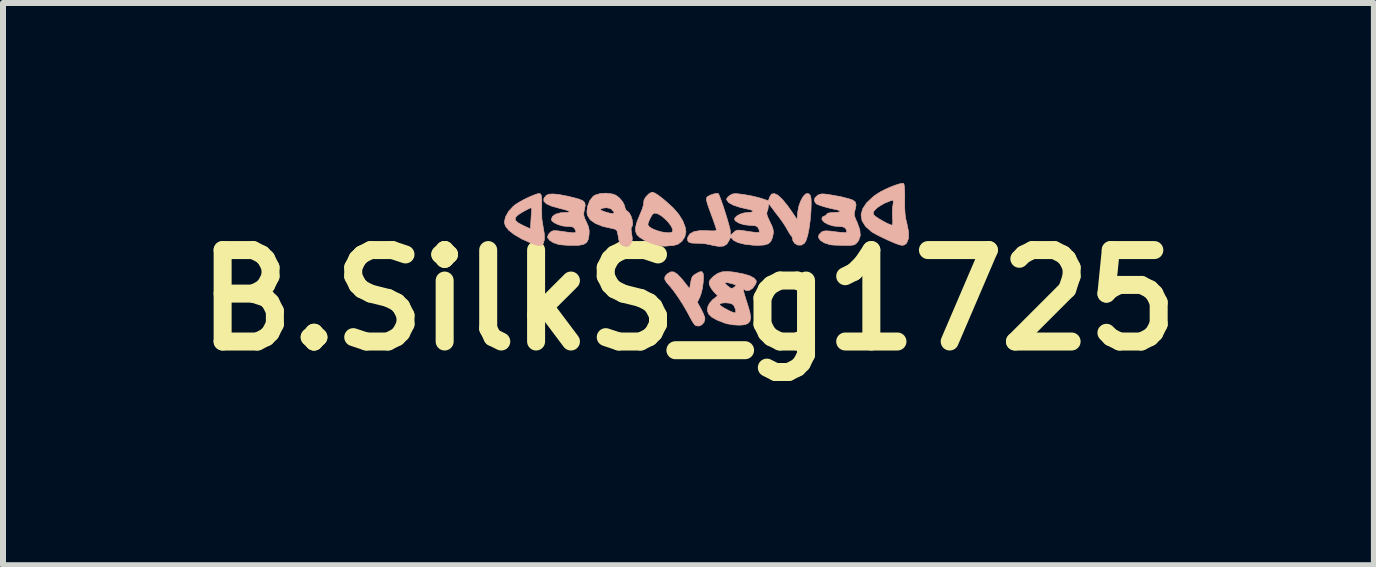
<source format=kicad_pcb>
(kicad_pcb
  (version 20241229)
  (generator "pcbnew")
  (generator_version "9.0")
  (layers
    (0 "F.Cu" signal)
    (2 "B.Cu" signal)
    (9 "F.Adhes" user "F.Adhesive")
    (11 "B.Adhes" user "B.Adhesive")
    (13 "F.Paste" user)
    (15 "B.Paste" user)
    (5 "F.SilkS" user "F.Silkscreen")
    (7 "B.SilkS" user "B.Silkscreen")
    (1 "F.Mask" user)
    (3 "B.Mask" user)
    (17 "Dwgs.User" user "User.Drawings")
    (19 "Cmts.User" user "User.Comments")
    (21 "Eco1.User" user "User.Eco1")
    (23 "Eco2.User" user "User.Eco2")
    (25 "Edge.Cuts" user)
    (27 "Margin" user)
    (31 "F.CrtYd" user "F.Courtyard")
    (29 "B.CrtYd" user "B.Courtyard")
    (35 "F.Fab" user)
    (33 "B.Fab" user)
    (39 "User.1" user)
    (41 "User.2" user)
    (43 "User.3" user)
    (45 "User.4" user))
  (footprint "B.SilkS_g1725"
    (layer "F.Cu")
    (at 8.426 1.953)
    (property "Reference" "B.SilkS_g1725" (at 0 0 0) (layer "F.SilkS") (effects (font (size 1.524 1.524) (thickness 0.3))))
    (attr through_hole)
    (fp_poly (pts (xy 0.245 -0.444) (xy 0.251 -0.379) (xy 0.246 -0.3) (xy 0.233 -0.201) (xy 0.211 -0.11) (xy 0.19 -0.052) (xy 0.148 0.035) (xy 0.211 0.15) (xy 0.245 0.218) (xy 0.268 0.277) (xy 0.275 0.308) (xy 0.26 0.367) (xy 0.222 0.411) (xy 0.173 0.432) (xy 0.124 0.426) (xy 0.101 0.408) (xy 0.07 0.364) (xy 0.036 0.305) (xy 0.032 0.296) (xy -0.027 0.186) (xy -0.096 0.069) (xy -0.169 -0.045) (xy -0.239 -0.144) (xy -0.298 -0.219) (xy -0.311 -0.233) (xy -0.369 -0.3) (xy -0.396 -0.35) (xy -0.392 -0.391) (xy -0.359 -0.432) (xy -0.347 -0.442) (xy -0.298 -0.471) (xy -0.248 -0.471) (xy -0.192 -0.438) (xy -0.125 -0.37) (xy -0.08 -0.316) (xy 0.019 -0.19) (xy 0.032 -0.269) (xy 0.046 -0.341) (xy 0.061 -0.385) (xy 0.086 -0.414) (xy 0.128 -0.442) (xy 0.129 -0.443) (xy 0.187 -0.472) (xy 0.225 -0.474) (xy 0.245 -0.444)) (stroke (width 0.01) (type solid)) (fill yes) (layer "B.SilkS"))
    (fp_poly (pts (xy -2.465 -1.769) (xy -2.452 -1.74) (xy -2.446 -1.683) (xy -2.446 -1.594) (xy -2.448 -1.525) (xy -2.444 -1.355) (xy -2.421 -1.212) (xy -2.402 -1.099) (xy -2.402 -1.006) (xy -2.423 -0.94) (xy -2.451 -0.912) (xy -2.494 -0.907) (xy -2.564 -0.925) (xy -2.604 -0.941) (xy -2.77 -1.016) (xy -2.901 -1.091) (xy -2.996 -1.165) (xy -3.052 -1.237) (xy -3.069 -1.297) (xy -3.055 -1.362) (xy -2.889 -1.362) (xy -2.881 -1.326) (xy -2.839 -1.289) (xy -2.761 -1.246) (xy -2.742 -1.238) (xy -2.635 -1.188) (xy -2.624 -1.361) (xy -2.619 -1.442) (xy -2.615 -1.503) (xy -2.614 -1.536) (xy -2.614 -1.539) (xy -2.633 -1.537) (xy -2.676 -1.517) (xy -2.732 -1.488) (xy -2.791 -1.454) (xy -2.839 -1.422) (xy -2.866 -1.4) (xy -2.889 -1.362) (xy -3.055 -1.362) (xy -3.05 -1.386) (xy -2.999 -1.478) (xy -2.923 -1.562) (xy -2.887 -1.592) (xy -2.822 -1.633) (xy -2.741 -1.678) (xy -2.655 -1.719) (xy -2.574 -1.753) (xy -2.511 -1.774) (xy -2.486 -1.778) (xy -2.465 -1.769)) (stroke (width 0.01) (type solid)) (fill yes) (layer "B.SilkS"))
    (fp_poly (pts (xy -1.271 -1.77) (xy -1.211 -1.749) (xy -1.15 -1.703) (xy -1.097 -1.639) (xy -1.064 -1.573) (xy -1.058 -1.539) (xy -1.042 -1.501) (xy -1.026 -1.489) (xy -0.99 -1.458) (xy -0.959 -1.404) (xy -0.938 -1.339) (xy -0.93 -1.277) (xy -0.938 -1.231) (xy -0.95 -1.219) (xy -0.956 -1.193) (xy -0.953 -1.141) (xy -0.947 -1.102) (xy -0.936 -1.031) (xy -0.941 -0.983) (xy -0.961 -0.942) (xy -0.996 -0.902) (xy -1.036 -0.893) (xy -1.092 -0.91) (xy -1.125 -0.928) (xy -1.147 -0.958) (xy -1.162 -1.011) (xy -1.175 -1.085) (xy -1.187 -1.144) (xy -1.205 -1.174) (xy -1.241 -1.188) (xy -1.267 -1.193) (xy -1.427 -1.229) (xy -1.551 -1.278) (xy -1.637 -1.339) (xy -1.684 -1.413) (xy -1.693 -1.469) (xy -1.689 -1.505) (xy -1.466 -1.505) (xy -1.431 -1.486) (xy -1.379 -1.468) (xy -1.299 -1.446) (xy -1.254 -1.442) (xy -1.24 -1.456) (xy -1.248 -1.48) (xy -1.295 -1.526) (xy -1.367 -1.541) (xy -1.42 -1.534) (xy -1.462 -1.521) (xy -1.466 -1.505) (xy -1.689 -1.505) (xy -1.68 -1.569) (xy -1.644 -1.66) (xy -1.591 -1.728) (xy -1.559 -1.75) (xy -1.474 -1.776) (xy -1.371 -1.783) (xy -1.271 -1.77)) (stroke (width 0.01) (type solid)) (fill yes) (layer "B.SilkS"))
    (fp_poly (pts (xy 3.588 -1.944) (xy 3.596 -1.915) (xy 3.602 -1.851) (xy 3.605 -1.76) (xy 3.604 -1.676) (xy 3.604 -1.545) (xy 3.61 -1.441) (xy 3.623 -1.351) (xy 3.642 -1.273) (xy 3.669 -1.137) (xy 3.668 -1.031) (xy 3.639 -0.956) (xy 3.626 -0.941) (xy 3.6 -0.921) (xy 3.569 -0.914) (xy 3.524 -0.92) (xy 3.46 -0.942) (xy 3.368 -0.981) (xy 3.32 -1.002) (xy 3.228 -1.046) (xy 3.143 -1.088) (xy 3.078 -1.124) (xy 3.052 -1.14) (xy 2.952 -1.229) (xy 2.894 -1.322) (xy 2.877 -1.419) (xy 2.884 -1.447) (xy 3.079 -1.447) (xy 3.087 -1.424) (xy 3.114 -1.398) (xy 3.168 -1.361) (xy 3.235 -1.321) (xy 3.304 -1.284) (xy 3.362 -1.258) (xy 3.395 -1.249) (xy 3.403 -1.268) (xy 3.405 -1.316) (xy 3.402 -1.36) (xy 3.398 -1.449) (xy 3.402 -1.541) (xy 3.406 -1.572) (xy 3.415 -1.632) (xy 3.412 -1.66) (xy 3.396 -1.664) (xy 3.378 -1.66) (xy 3.261 -1.613) (xy 3.16 -1.551) (xy 3.126 -1.522) (xy 3.087 -1.479) (xy 3.079 -1.447) (xy 2.884 -1.447) (xy 2.902 -1.519) (xy 2.968 -1.62) (xy 3.076 -1.722) (xy 3.133 -1.764) (xy 3.199 -1.805) (xy 3.281 -1.847) (xy 3.369 -1.886) (xy 3.452 -1.918) (xy 3.524 -1.94) (xy 3.572 -1.948) (xy 3.588 -1.944)) (stroke (width 0.01) (type solid)) (fill yes) (layer "B.SilkS"))
    (fp_poly (pts (xy -0.559 -1.784) (xy -0.494 -1.742) (xy -0.41 -1.676) (xy -0.313 -1.591) (xy -0.249 -1.531) (xy -0.162 -1.43) (xy -0.094 -1.32) (xy -0.053 -1.212) (xy -0.042 -1.137) (xy -0.061 -1.055) (xy -0.109 -0.983) (xy -0.177 -0.931) (xy -0.254 -0.91) (xy -0.257 -0.91) (xy -0.32 -0.907) (xy -0.37 -0.901) (xy -0.415 -0.9) (xy -0.481 -0.91) (xy -0.519 -0.918) (xy -0.63 -0.952) (xy -0.731 -0.996) (xy -0.811 -1.045) (xy -0.86 -1.092) (xy -0.861 -1.093) (xy -0.882 -1.148) (xy -0.881 -1.218) (xy -0.87 -1.259) (xy -0.677 -1.259) (xy -0.658 -1.226) (xy -0.608 -1.193) (xy -0.537 -1.163) (xy -0.457 -1.139) (xy -0.378 -1.125) (xy -0.312 -1.123) (xy -0.27 -1.136) (xy -0.265 -1.143) (xy -0.263 -1.182) (xy -0.29 -1.236) (xy -0.335 -1.298) (xy -0.394 -1.358) (xy -0.456 -1.409) (xy -0.517 -1.442) (xy -0.532 -1.447) (xy -0.57 -1.45) (xy -0.597 -1.434) (xy -0.626 -1.388) (xy -0.633 -1.375) (xy -0.66 -1.317) (xy -0.676 -1.27) (xy -0.677 -1.259) (xy -0.87 -1.259) (xy -0.857 -1.309) (xy -0.808 -1.428) (xy -0.803 -1.44) (xy -0.771 -1.517) (xy -0.751 -1.583) (xy -0.746 -1.625) (xy -0.746 -1.628) (xy -0.74 -1.672) (xy -0.708 -1.724) (xy -0.662 -1.771) (xy -0.615 -1.797) (xy -0.601 -1.799) (xy -0.559 -1.784)) (stroke (width 0.01) (type solid)) (fill yes) (layer "B.SilkS"))
    (fp_poly (pts (xy -2.162 -1.761) (xy -2.03 -1.736) (xy -1.928 -1.712) (xy -1.828 -1.685) (xy -1.764 -1.659) (xy -1.73 -1.627) (xy -1.721 -1.585) (xy -1.731 -1.525) (xy -1.733 -1.514) (xy -1.746 -1.454) (xy -1.744 -1.408) (xy -1.727 -1.356) (xy -1.702 -1.306) (xy -1.668 -1.226) (xy -1.655 -1.158) (xy -1.657 -1.091) (xy -1.67 -1.014) (xy -1.698 -0.961) (xy -1.747 -0.93) (xy -1.824 -0.915) (xy -1.934 -0.912) (xy -2.025 -0.915) (xy -2.108 -0.921) (xy -2.168 -0.929) (xy -2.174 -0.931) (xy -2.253 -0.958) (xy -2.313 -0.997) (xy -2.346 -1.038) (xy -2.349 -1.054) (xy -2.334 -1.095) (xy -2.304 -1.13) (xy -2.277 -1.149) (xy -2.245 -1.158) (xy -2.197 -1.157) (xy -2.121 -1.148) (xy -2.102 -1.145) (xy -1.999 -1.13) (xy -1.931 -1.123) (xy -1.892 -1.124) (xy -1.877 -1.134) (xy -1.879 -1.154) (xy -1.888 -1.175) (xy -1.908 -1.207) (xy -1.94 -1.223) (xy -1.998 -1.228) (xy -2.015 -1.228) (xy -2.093 -1.236) (xy -2.171 -1.258) (xy -2.236 -1.289) (xy -2.277 -1.323) (xy -2.286 -1.346) (xy -2.266 -1.396) (xy -2.213 -1.434) (xy -2.132 -1.456) (xy -2.075 -1.46) (xy -2.008 -1.463) (xy -1.983 -1.472) (xy -2 -1.487) (xy -2.057 -1.507) (xy -2.157 -1.532) (xy -2.159 -1.533) (xy -2.284 -1.568) (xy -2.368 -1.606) (xy -2.41 -1.648) (xy -2.411 -1.694) (xy -2.373 -1.744) (xy -2.372 -1.745) (xy -2.33 -1.765) (xy -2.261 -1.77) (xy -2.162 -1.761)) (stroke (width 0.01) (type solid)) (fill yes) (layer "B.SilkS"))
    (fp_poly (pts (xy 2.279 -1.768) (xy 2.356 -1.757) (xy 2.533 -1.726) (xy 2.671 -1.691) (xy 2.736 -1.669) (xy 2.779 -1.638) (xy 2.794 -1.589) (xy 2.78 -1.514) (xy 2.772 -1.488) (xy 2.763 -1.448) (xy 2.767 -1.405) (xy 2.788 -1.347) (xy 2.813 -1.293) (xy 2.856 -1.175) (xy 2.864 -1.076) (xy 2.836 -0.994) (xy 2.809 -0.958) (xy 2.783 -0.934) (xy 2.752 -0.92) (xy 2.704 -0.914) (xy 2.63 -0.912) (xy 2.584 -0.913) (xy 2.495 -0.915) (xy 2.419 -0.918) (xy 2.369 -0.923) (xy 2.36 -0.924) (xy 2.264 -0.955) (xy 2.199 -0.996) (xy 2.168 -1.042) (xy 2.174 -1.09) (xy 2.218 -1.135) (xy 2.224 -1.139) (xy 2.255 -1.151) (xy 2.301 -1.155) (xy 2.372 -1.15) (xy 2.446 -1.14) (xy 2.528 -1.13) (xy 2.594 -1.125) (xy 2.632 -1.126) (xy 2.637 -1.127) (xy 2.638 -1.153) (xy 2.626 -1.184) (xy 2.602 -1.211) (xy 2.563 -1.224) (xy 2.495 -1.228) (xy 2.411 -1.237) (xy 2.331 -1.262) (xy 2.267 -1.296) (xy 2.229 -1.336) (xy 2.223 -1.359) (xy 2.237 -1.391) (xy 2.255 -1.397) (xy 2.29 -1.414) (xy 2.3 -1.429) (xy 2.323 -1.449) (xy 2.376 -1.459) (xy 2.427 -1.46) (xy 2.494 -1.465) (xy 2.526 -1.476) (xy 2.521 -1.491) (xy 2.475 -1.506) (xy 2.461 -1.509) (xy 2.36 -1.531) (xy 2.265 -1.556) (xy 2.187 -1.581) (xy 2.137 -1.602) (xy 2.128 -1.608) (xy 2.098 -1.654) (xy 2.108 -1.704) (xy 2.15 -1.745) (xy 2.184 -1.763) (xy 2.223 -1.771) (xy 2.279 -1.768)) (stroke (width 0.01) (type solid)) (fill yes) (layer "B.SilkS"))
    (fp_poly (pts (xy 0.751 -0.468) (xy 0.903 -0.44) (xy 1.014 -0.409) (xy 1.086 -0.372) (xy 1.102 -0.358) (xy 1.129 -0.325) (xy 1.129 -0.293) (xy 1.113 -0.258) (xy 1.07 -0.199) (xy 1.017 -0.164) (xy 0.966 -0.158) (xy 0.941 -0.17) (xy 0.919 -0.185) (xy 0.915 -0.17) (xy 0.922 -0.136) (xy 0.936 -0.085) (xy 0.959 -0.01) (xy 0.986 0.073) (xy 0.987 0.076) (xy 1.023 0.199) (xy 1.036 0.29) (xy 1.024 0.353) (xy 0.985 0.393) (xy 0.917 0.412) (xy 0.843 0.417) (xy 0.742 0.411) (xy 0.641 0.393) (xy 0.602 0.381) (xy 0.476 0.332) (xy 0.388 0.283) (xy 0.336 0.232) (xy 0.315 0.174) (xy 0.322 0.112) (xy 0.34 0.074) (xy 0.519 0.074) (xy 0.536 0.093) (xy 0.58 0.123) (xy 0.639 0.156) (xy 0.699 0.186) (xy 0.75 0.206) (xy 0.774 0.212) (xy 0.789 0.202) (xy 0.786 0.166) (xy 0.778 0.138) (xy 0.753 0.084) (xy 0.714 0.058) (xy 0.687 0.051) (xy 0.616 0.044) (xy 0.557 0.049) (xy 0.523 0.064) (xy 0.519 0.074) (xy 0.34 0.074) (xy 0.35 0.054) (xy 0.398 -0.003) (xy 0.413 -0.015) (xy 0.486 -0.073) (xy 0.424 -0.137) (xy 0.381 -0.193) (xy 0.351 -0.25) (xy 0.348 -0.26) (xy 0.347 -0.278) (xy 0.61 -0.278) (xy 0.644 -0.244) (xy 0.646 -0.243) (xy 0.691 -0.207) (xy 0.72 -0.195) (xy 0.745 -0.204) (xy 0.769 -0.221) (xy 0.791 -0.241) (xy 0.784 -0.255) (xy 0.743 -0.269) (xy 0.727 -0.274) (xy 0.65 -0.292) (xy 0.612 -0.293) (xy 0.61 -0.278) (xy 0.347 -0.278) (xy 0.344 -0.301) (xy 0.361 -0.339) (xy 0.405 -0.386) (xy 0.409 -0.39) (xy 0.481 -0.443) (xy 0.56 -0.472) (xy 0.657 -0.477) (xy 0.751 -0.468)) (stroke (width 0.01) (type solid)) (fill yes) (layer "B.SilkS"))
    (fp_poly (pts (xy 0.498 -1.777) (xy 0.517 -1.737) (xy 0.543 -1.667) (xy 0.575 -1.576) (xy 0.608 -1.475) (xy 0.64 -1.373) (xy 0.667 -1.279) (xy 0.688 -1.203) (xy 0.698 -1.155) (xy 0.698 -1.147) (xy 0.699 -1.078) (xy 0.752 -1.127) (xy 0.779 -1.151) (xy 0.805 -1.164) (xy 0.84 -1.167) (xy 0.895 -1.161) (xy 0.98 -1.148) (xy 0.986 -1.147) (xy 1.069 -1.135) (xy 1.135 -1.128) (xy 1.174 -1.128) (xy 1.179 -1.13) (xy 1.181 -1.157) (xy 1.169 -1.193) (xy 1.15 -1.222) (xy 1.12 -1.238) (xy 1.065 -1.245) (xy 1.027 -1.246) (xy 0.929 -1.257) (xy 0.844 -1.283) (xy 0.785 -1.319) (xy 0.771 -1.336) (xy 0.772 -1.368) (xy 0.805 -1.402) (xy 0.86 -1.433) (xy 0.926 -1.454) (xy 0.979 -1.46) (xy 1.043 -1.465) (xy 1.075 -1.477) (xy 1.072 -1.493) (xy 1.029 -1.508) (xy 1.021 -1.51) (xy 0.862 -1.546) (xy 0.745 -1.585) (xy 0.67 -1.627) (xy 0.637 -1.671) (xy 0.635 -1.684) (xy 0.651 -1.712) (xy 0.69 -1.746) (xy 0.693 -1.747) (xy 0.726 -1.766) (xy 0.761 -1.774) (xy 0.81 -1.774) (xy 0.885 -1.765) (xy 0.923 -1.76) (xy 1.024 -1.743) (xy 1.126 -1.72) (xy 1.209 -1.698) (xy 1.214 -1.696) (xy 1.332 -1.657) (xy 1.353 -1.718) (xy 1.384 -1.767) (xy 1.43 -1.777) (xy 1.49 -1.749) (xy 1.564 -1.681) (xy 1.651 -1.575) (xy 1.717 -1.482) (xy 1.81 -1.344) (xy 1.822 -1.476) (xy 1.839 -1.563) (xy 1.868 -1.646) (xy 1.905 -1.717) (xy 1.945 -1.764) (xy 1.977 -1.778) (xy 2.01 -1.77) (xy 2.031 -1.744) (xy 2.043 -1.693) (xy 2.046 -1.612) (xy 2.042 -1.495) (xy 2.042 -1.489) (xy 2.029 -1.333) (xy 2.01 -1.194) (xy 1.987 -1.079) (xy 1.959 -0.993) (xy 1.933 -0.948) (xy 1.881 -0.918) (xy 1.823 -0.918) (xy 1.771 -0.946) (xy 1.74 -0.994) (xy 1.736 -1.022) (xy 1.725 -1.058) (xy 1.717 -1.068) (xy 1.696 -1.092) (xy 1.667 -1.141) (xy 1.651 -1.169) (xy 1.612 -1.236) (xy 1.56 -1.315) (xy 1.517 -1.373) (xy 1.463 -1.443) (xy 1.412 -1.511) (xy 1.381 -1.552) (xy 1.35 -1.593) (xy 1.337 -1.6) (xy 1.334 -1.578) (xy 1.333 -1.57) (xy 1.324 -1.511) (xy 1.312 -1.481) (xy 1.304 -1.448) (xy 1.314 -1.403) (xy 1.344 -1.334) (xy 1.354 -1.313) (xy 1.393 -1.232) (xy 1.412 -1.173) (xy 1.415 -1.119) (xy 1.403 -1.057) (xy 1.397 -1.034) (xy 1.371 -0.977) (xy 1.329 -0.939) (xy 1.262 -0.919) (xy 1.166 -0.913) (xy 1.072 -0.916) (xy 0.932 -0.933) (xy 0.824 -0.96) (xy 0.752 -0.997) (xy 0.725 -1.027) (xy 0.71 -1.045) (xy 0.694 -1.032) (xy 0.677 -0.995) (xy 0.64 -0.935) (xy 0.586 -0.902) (xy 0.509 -0.895) (xy 0.404 -0.913) (xy 0.37 -0.922) (xy 0.285 -0.939) (xy 0.187 -0.948) (xy 0.142 -0.948) (xy 0.055 -0.951) (xy 0.003 -0.968) (xy -0.017 -1.002) (xy -0.013 -1.045) (xy 0.023 -1.104) (xy 0.094 -1.143) (xy 0.199 -1.16) (xy 0.308 -1.158) (xy 0.394 -1.154) (xy 0.444 -1.156) (xy 0.464 -1.167) (xy 0.466 -1.173) (xy 0.459 -1.202) (xy 0.439 -1.262) (xy 0.411 -1.343) (xy 0.381 -1.424) (xy 0.34 -1.535) (xy 0.314 -1.613) (xy 0.301 -1.666) (xy 0.301 -1.699) (xy 0.311 -1.72) (xy 0.323 -1.729) (xy 0.372 -1.754) (xy 0.428 -1.772) (xy 0.475 -1.781) (xy 0.498 -1.777)) (stroke (width 0.01) (type solid)) (fill yes) (layer "B.SilkS")))
  (gr_rect
    (start -3 -3)
    (end 19.851 6.371)
    (stroke (width 0.1) (type default))
    (fill no)
    (layer "Edge.Cuts")))
</source>
